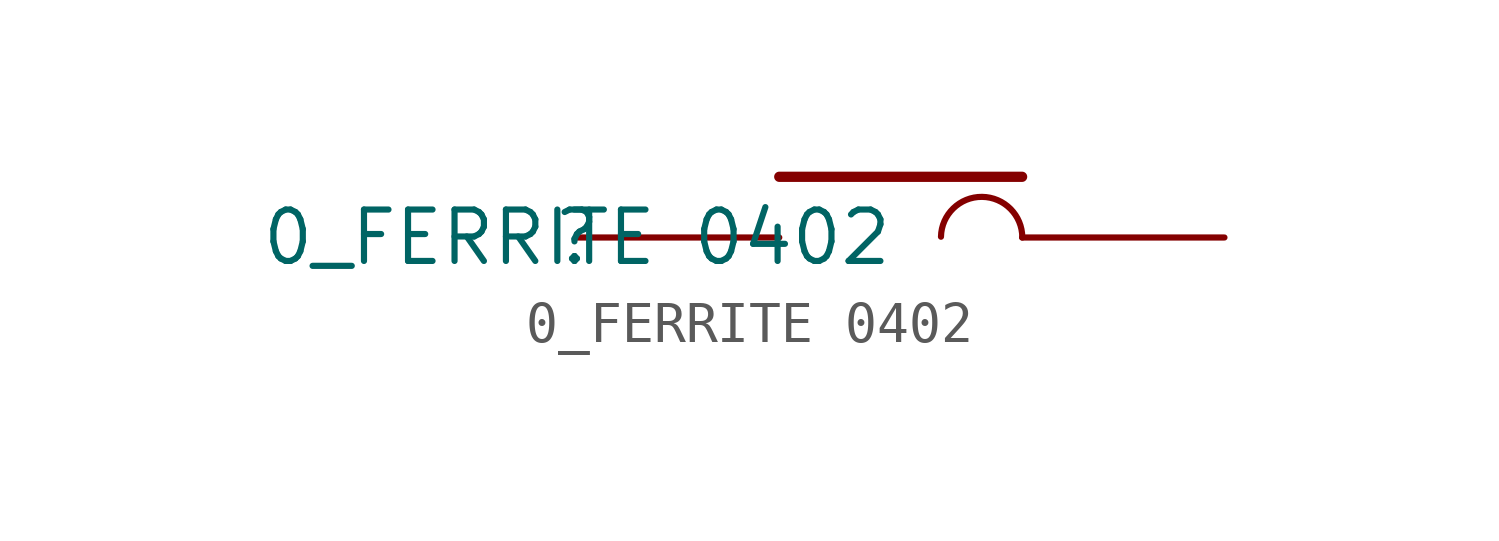
<source format=kicad_sym>
(kicad_symbol_lib
  (version 20210619)
  (generator kicad_symbol_editor)
  (symbol "e-verest-altium-import:0_FERRITE 0402"
    (property "Reference" ""
      (at 0 0 0)
      (effects (font (size 1.27 1.27))))
    (property "Value" "0_FERRITE 0402"
      (at 0 0 0)
      (effects (font (size 1.27 1.27))))
    (symbol "0_FERRITE 0402_1_0"
      (arc (start 11.0043 0) (end 8.9959 0.0193) (radius (at 10 0) (length 1.0043) (angles 0 178.9)) (stroke (width 0)) (fill (type none)))
      (polyline (pts (xy 5 1.5) (xy 11 1.5)) (stroke (width 0.254)) (fill (type none)))
      (pin passive line (at 0 0 0) (length 5) (name "1" (effects (font (size 0 0)))) (number "1" (effects (font (size 0 0)))))
      (pin passive line (at 16 0 180) (length 5) (name "2" (effects (font (size 0 0)))) (number "2" (effects (font (size 0 0))))))))
</source>
